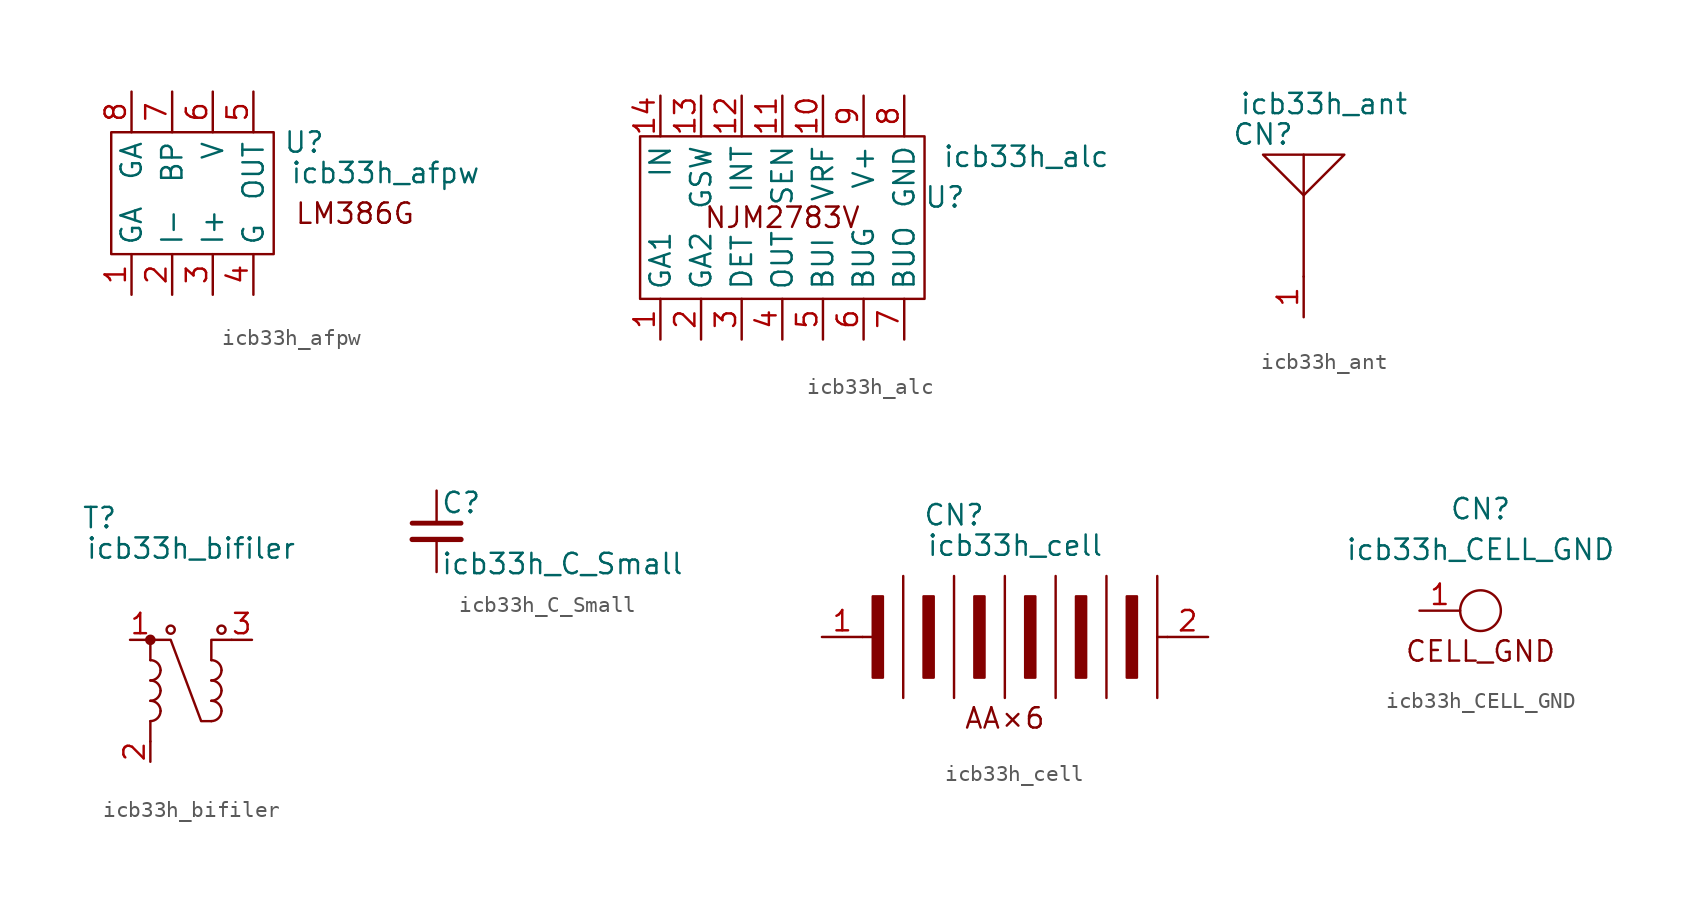
<source format=kicad_sym>
(kicad_symbol_lib
  (version 20211014)
  (generator kicad_symbol_editor)
  (symbol "icb33h_afpw"
    (property "Reference" "U"
      (at 6.985 3.175 0)
      (effects (font (size 1.27 1.27))))
    (property "Value" "icb33h_afpw"
      (at 12.065 1.27 0)
      (effects (font (size 1.27 1.27))))
    (symbol "icb33h_afpw_0_0"
      (rectangle (start -5.08 -3.81) (end 5.08 3.81) (stroke (width 0) (type default) (color 0 0 0 0)) (fill (type none)))
      (text "LM386G" (at 10.16 -1.27 0) (effects (font (size 1.27 1.27)))))
    (symbol "icb33h_afpw_1_1"
      (pin passive line (at -3.81 -6.35 90) (length 2.54) (name "GA" (effects (font (size 1.27 1.27)))) (number "1" (effects (font (size 1.27 1.27)))))
      (pin passive line (at -1.27 -6.35 90) (length 2.54) (name "I-" (effects (font (size 1.27 1.27)))) (number "2" (effects (font (size 1.27 1.27)))))
      (pin passive line (at 1.27 -6.35 90) (length 2.54) (name "I+" (effects (font (size 1.27 1.27)))) (number "3" (effects (font (size 1.27 1.27)))))
      (pin passive line (at 3.81 -6.35 90) (length 2.54) (name "G" (effects (font (size 1.27 1.27)))) (number "4" (effects (font (size 1.27 1.27)))))
      (pin passive line (at 3.81 6.35 270) (length 2.54) (name "OUT" (effects (font (size 1.27 1.27)))) (number "5" (effects (font (size 1.27 1.27)))))
      (pin passive line (at 1.27 6.35 270) (length 2.54) (name "V" (effects (font (size 1.27 1.27)))) (number "6" (effects (font (size 1.27 1.27)))))
      (pin passive line (at -1.27 6.35 270) (length 2.54) (name "BP" (effects (font (size 1.27 1.27)))) (number "7" (effects (font (size 1.27 1.27)))))
      (pin passive line (at -3.81 6.35 270) (length 2.54) (name "GA" (effects (font (size 1.27 1.27)))) (number "8" (effects (font (size 1.27 1.27)))))))
  (symbol "icb33h_alc"
    (property "Reference" "U"
      (at 10.16 2.54 0)
      (effects (font (size 1.27 1.27))))
    (property "Value" "icb33h_alc"
      (at 15.24 5.08 0)
      (effects (font (size 1.27 1.27))))
    (symbol "icb33h_alc_0_0"
      (rectangle (start -8.89 6.35) (end 8.89 -3.81) (stroke (width 0) (type default) (color 0 0 0 0)) (fill (type none)))
      (text "NJM2783V" (at 0 1.27 0) (effects (font (size 1.27 1.27)))))
    (symbol "icb33h_alc_1_1"
      (pin passive line (at -7.62 -6.35 90) (length 2.54) (name "GA1" (effects (font (size 1.27 1.27)))) (number "1" (effects (font (size 1.27 1.27)))))
      (pin passive line (at 2.54 8.89 270) (length 2.54) (name "VRF" (effects (font (size 1.27 1.27)))) (number "10" (effects (font (size 1.27 1.27)))))
      (pin passive line (at 0 8.89 270) (length 2.54) (name "SEN" (effects (font (size 1.27 1.27)))) (number "11" (effects (font (size 1.27 1.27)))))
      (pin passive line (at -2.54 8.89 270) (length 2.54) (name "INT" (effects (font (size 1.27 1.27)))) (number "12" (effects (font (size 1.27 1.27)))))
      (pin passive line (at -5.08 8.89 270) (length 2.54) (name "GSW" (effects (font (size 1.27 1.27)))) (number "13" (effects (font (size 1.27 1.27)))))
      (pin passive line (at -7.62 8.89 270) (length 2.54) (name "IN" (effects (font (size 1.27 1.27)))) (number "14" (effects (font (size 1.27 1.27)))))
      (pin passive line (at -5.08 -6.35 90) (length 2.54) (name "GA2" (effects (font (size 1.27 1.27)))) (number "2" (effects (font (size 1.27 1.27)))))
      (pin passive line (at -2.54 -6.35 90) (length 2.54) (name "DET" (effects (font (size 1.27 1.27)))) (number "3" (effects (font (size 1.27 1.27)))))
      (pin passive line (at 0 -6.35 90) (length 2.54) (name "OUT" (effects (font (size 1.27 1.27)))) (number "4" (effects (font (size 1.27 1.27)))))
      (pin passive line (at 2.54 -6.35 90) (length 2.54) (name "BUI" (effects (font (size 1.27 1.27)))) (number "5" (effects (font (size 1.27 1.27)))))
      (pin passive line (at 5.08 -6.35 90) (length 2.54) (name "BUG" (effects (font (size 1.27 1.27)))) (number "6" (effects (font (size 1.27 1.27)))))
      (pin passive line (at 7.62 -6.35 90) (length 2.54) (name "BUO" (effects (font (size 1.27 1.27)))) (number "7" (effects (font (size 1.27 1.27)))))
      (pin passive line (at 7.62 8.89 270) (length 2.54) (name "GND" (effects (font (size 1.27 1.27)))) (number "8" (effects (font (size 1.27 1.27)))))
      (pin passive line (at 5.08 8.89 270) (length 2.54) (name "V+" (effects (font (size 1.27 1.27)))) (number "9" (effects (font (size 1.27 1.27)))))))
  (symbol "icb33h_ant"
    (property "Reference" "CN"
      (at -2.54 8.89 0)
      (effects (font (size 1.27 1.27))))
    (property "Value" "icb33h_ant"
      (at 1.27 10.795 0)
      (effects (font (size 1.27 1.27))))
    (symbol "icb33h_ant_0_1"
      (polyline (pts (xy 0 7.62) (xy 0 0)) (stroke (width 0) (type default) (color 0 0 0 0)) (fill (type none)))
      (polyline (pts (xy -2.54 7.62) (xy 2.54 7.62) (xy 0 5.08) (xy -2.54 7.62)) (stroke (width 0) (type default) (color 0 0 0 0)) (fill (type none))))
    (symbol "icb33h_ant_1_1"
      (pin passive line (at 0 -2.54 90) (length 2.54) (name "" (effects (font (size 1.27 1.27)))) (number "1" (effects (font (size 1.27 1.27)))))))
  (symbol "icb33h_bifiler"
    (property "Reference" "T"
      (at -5.715 10.16 0)
      (effects (font (size 1.27 1.27))))
    (property "Value" "icb33h_bifiler"
      (at 0 8.255 0)
      (effects (font (size 1.27 1.27))))
    (symbol "icb33h_bifiler_0_0"
      (arc (start -2.54 -2.54) (mid -2.091 -2.354) (end -1.905 -1.905) (stroke (width 0) (type default) (color 0 0 0 0)) (fill (type none)))
      (arc (start -2.54 -1.27) (mid -2.091 -1.084) (end -1.905 -0.635) (stroke (width 0) (type default) (color 0 0 0 0)) (fill (type none)))
      (arc (start -2.54 0) (mid -2.091 0.186) (end -1.905 0.635) (stroke (width 0) (type default) (color 0 0 0 0)) (fill (type none)))
      (circle (center -2.54 2.54) (radius 0.254) (stroke (width 0) (type default) (color 0 0 0 0)) (fill (type outline)))
      (arc (start -1.905 -1.905) (mid -2.091 -1.456) (end -2.54 -1.27) (stroke (width 0) (type default) (color 0 0 0 0)) (fill (type none)))
      (arc (start -1.905 -0.635) (mid -2.091 -0.186) (end -2.54 0) (stroke (width 0) (type default) (color 0 0 0 0)) (fill (type none)))
      (arc (start -1.905 0.635) (mid -2.091 1.084) (end -2.54 1.27) (stroke (width 0) (type default) (color 0 0 0 0)) (fill (type none)))
      (circle (center -1.27 3.175) (radius 0.254) (stroke (width 0) (type default) (color 0 0 0 0)) (fill (type none)))
      (polyline (pts (xy -2.54 -2.54) (xy -2.54 -3.81)) (stroke (width 0) (type default) (color 0 0 0 0)) (fill (type none)))
      (polyline (pts (xy 1.27 1.27) (xy 1.27 2.54) (xy 2.54 2.54)) (stroke (width 0) (type default) (color 0 0 0 0)) (fill (type none)))
      (arc (start 1.27 -2.54) (mid 1.719 -2.354) (end 1.905 -1.905) (stroke (width 0) (type default) (color 0 0 0 0)) (fill (type none)))
      (arc (start 1.27 -1.27) (mid 1.719 -1.084) (end 1.905 -0.635) (stroke (width 0) (type default) (color 0 0 0 0)) (fill (type none)))
      (arc (start 1.27 0) (mid 1.719 0.186) (end 1.905 0.635) (stroke (width 0) (type default) (color 0 0 0 0)) (fill (type none)))
      (arc (start 1.905 -1.905) (mid 1.719 -1.456) (end 1.27 -1.27) (stroke (width 0) (type default) (color 0 0 0 0)) (fill (type none)))
      (arc (start 1.905 -0.635) (mid 1.719 -0.186) (end 1.27 0) (stroke (width 0) (type default) (color 0 0 0 0)) (fill (type none)))
      (arc (start 1.905 0.635) (mid 1.719 1.084) (end 1.27 1.27) (stroke (width 0) (type default) (color 0 0 0 0)) (fill (type none)))
      (circle (center 1.905 3.175) (radius 0.254) (stroke (width 0) (type default) (color 0 0 0 0)) (fill (type none))))
    (symbol "icb33h_bifiler_0_1"
      (polyline (pts (xy -2.54 1.27) (xy -2.54 2.54)) (stroke (width 0) (type default) (color 0 0 0 0)) (fill (type none)))
      (polyline (pts (xy 1.27 -2.54) (xy 0.635 -2.54) (xy -1.27 2.54) (xy -2.54 2.54)) (stroke (width 0) (type default) (color 0 0 0 0)) (fill (type none))))
    (symbol "icb33h_bifiler_1_1"
      (pin passive line (at -3.81 2.54 0) (length 1.27) (name "" (effects (font (size 1.27 1.27)))) (number "1" (effects (font (size 1.27 1.27)))))
      (pin passive line (at -2.54 -5.08 90) (length 1.27) (name "" (effects (font (size 1.27 1.27)))) (number "2" (effects (font (size 1.27 1.27)))))
      (pin passive line (at 3.81 2.54 180) (length 1.27) (name "" (effects (font (size 1.27 1.27)))) (number "3" (effects (font (size 1.27 1.27)))))))
  (symbol "icb33h_C_Small"
    (pin_numbers hide)
    (pin_names
      (offset 0.254) hide)
    (property "Reference" "C"
      (at 0.254 1.778 0)
      (effects (font (size 1.27 1.27)) (justify left)))
    (property "Value" "icb33h_C_Small"
      (at 0.254 -2.032 0)
      (effects (font (size 1.27 1.27)) (justify left)))
    (symbol "icb33h_C_Small_0_1"
      (polyline (pts (xy -1.524 -0.508) (xy 1.524 -0.508)) (stroke (width 0.33) (type default) (color 0 0 0 0)) (fill (type none)))
      (polyline (pts (xy -1.524 0.508) (xy 1.524 0.508)) (stroke (width 0.305) (type default) (color 0 0 0 0)) (fill (type none))))
    (symbol "icb33h_C_Small_1_1"
      (pin passive line (at 0 2.54 270) (length 2.032) (name "~" (effects (font (size 1.27 1.27)))) (number "1" (effects (font (size 1.27 1.27)))))
      (pin passive line (at 0 -2.54 90) (length 2.032) (name "~" (effects (font (size 1.27 1.27)))) (number "2" (effects (font (size 1.27 1.27)))))))
  (symbol "icb33h_cell"
    (property "Reference" "CN"
      (at -3.175 7.62 0)
      (effects (font (size 1.27 1.27))))
    (property "Value" "icb33h_cell"
      (at 0.635 5.715 0)
      (effects (font (size 1.27 1.27))))
    (symbol "icb33h_cell_0_0"
      (text "AA×6" (at 0 -5.08 0) (effects (font (size 1.27 1.27)))))
    (symbol "icb33h_cell_0_1"
      (rectangle (start -8.255 2.54) (end -7.62 -2.54) (stroke (width 0) (type default) (color 0 0 0 0)) (fill (type outline)))
      (rectangle (start -5.08 2.54) (end -4.445 -2.54) (stroke (width 0) (type default) (color 0 0 0 0)) (fill (type outline)))
      (rectangle (start -1.905 2.54) (end -1.27 -2.54) (stroke (width 0) (type default) (color 0 0 0 0)) (fill (type outline)))
      (polyline (pts (xy -8.89 0) (xy -8.255 0)) (stroke (width 0) (type default) (color 0 0 0 0)) (fill (type none)))
      (polyline (pts (xy -6.35 3.81) (xy -6.35 -3.81)) (stroke (width 0) (type default) (color 0 0 0 0)) (fill (type none)))
      (polyline (pts (xy -3.175 3.81) (xy -3.175 -3.81)) (stroke (width 0) (type default) (color 0 0 0 0)) (fill (type none)))
      (polyline (pts (xy 0 3.81) (xy 0 -3.81)) (stroke (width 0) (type default) (color 0 0 0 0)) (fill (type none)))
      (polyline (pts (xy 3.175 3.81) (xy 3.175 -3.81)) (stroke (width 0) (type default) (color 0 0 0 0)) (fill (type none)))
      (polyline (pts (xy 6.35 3.81) (xy 6.35 -3.81)) (stroke (width 0) (type default) (color 0 0 0 0)) (fill (type none)))
      (polyline (pts (xy 9.525 3.81) (xy 9.525 -3.81)) (stroke (width 0) (type default) (color 0 0 0 0)) (fill (type none)))
      (polyline (pts (xy 10.16 0) (xy 9.525 0)) (stroke (width 0) (type default) (color 0 0 0 0)) (fill (type none)))
      (rectangle (start 1.27 2.54) (end 1.905 -2.54) (stroke (width 0) (type default) (color 0 0 0 0)) (fill (type outline)))
      (rectangle (start 4.445 2.54) (end 5.08 -2.54) (stroke (width 0) (type default) (color 0 0 0 0)) (fill (type outline)))
      (rectangle (start 7.62 2.54) (end 8.255 -2.54) (stroke (width 0) (type default) (color 0 0 0 0)) (fill (type outline))))
    (symbol "icb33h_cell_1_1"
      (pin passive line (at -11.43 0 0) (length 2.54) (name "" (effects (font (size 1.27 1.27)))) (number "1" (effects (font (size 1.27 1.27)))))
      (pin passive line (at 12.7 0 180) (length 2.54) (name "" (effects (font (size 1.27 1.27)))) (number "2" (effects (font (size 1.27 1.27)))))))
  (symbol "icb33h_CELL_GND"
    (property "Reference" "CN"
      (at 0 6.35 0)
      (effects (font (size 1.27 1.27))))
    (property "Value" "icb33h_CELL_GND"
      (at 0 3.81 0)
      (effects (font (size 1.27 1.27))))
    (symbol "icb33h_CELL_GND_0_0"
      (text "CELL_GND" (at 0 -2.54 0) (effects (font (size 1.27 1.27)))))
    (symbol "icb33h_CELL_GND_0_1"
      (circle (center 0 0) (radius 1.27) (stroke (width 0) (type default) (color 0 0 0 0)) (fill (type none))))
    (symbol "icb33h_CELL_GND_1_1"
      (pin passive line (at -3.81 0 0) (length 2.54) (name "" (effects (font (size 1.27 1.27)))) (number "1" (effects (font (size 1.27 1.27))))))))
</source>
